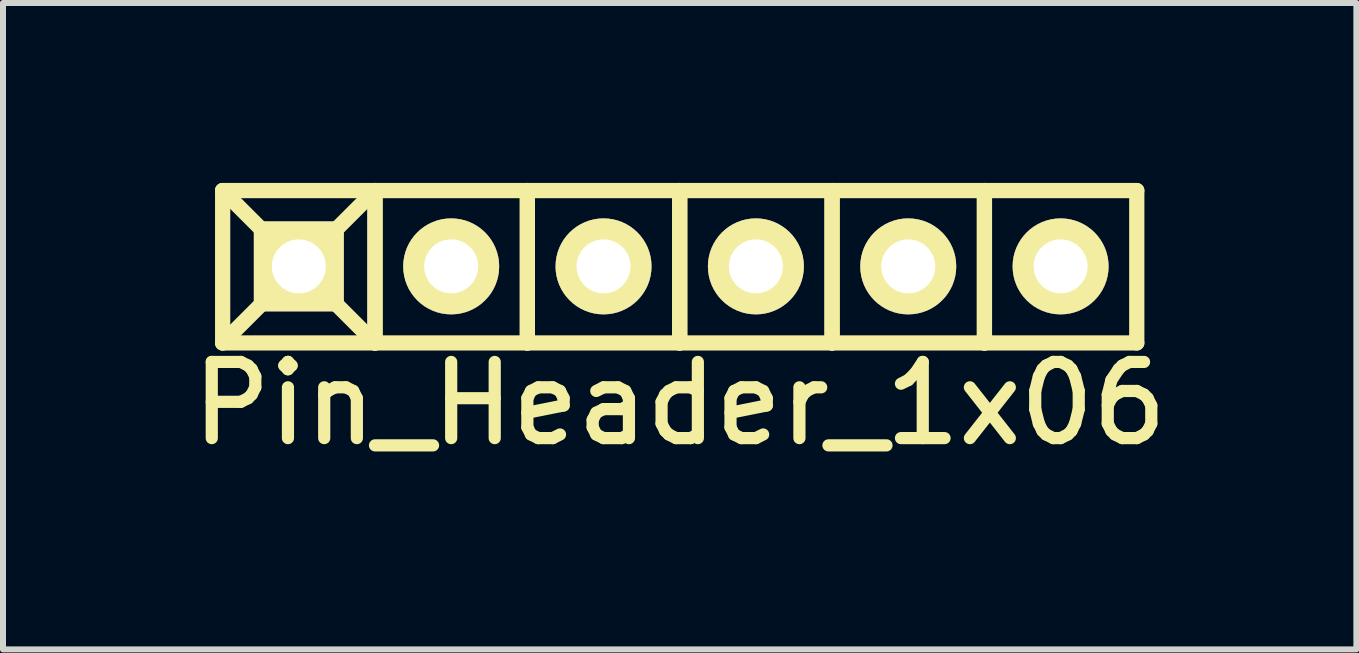
<source format=kicad_pcb>
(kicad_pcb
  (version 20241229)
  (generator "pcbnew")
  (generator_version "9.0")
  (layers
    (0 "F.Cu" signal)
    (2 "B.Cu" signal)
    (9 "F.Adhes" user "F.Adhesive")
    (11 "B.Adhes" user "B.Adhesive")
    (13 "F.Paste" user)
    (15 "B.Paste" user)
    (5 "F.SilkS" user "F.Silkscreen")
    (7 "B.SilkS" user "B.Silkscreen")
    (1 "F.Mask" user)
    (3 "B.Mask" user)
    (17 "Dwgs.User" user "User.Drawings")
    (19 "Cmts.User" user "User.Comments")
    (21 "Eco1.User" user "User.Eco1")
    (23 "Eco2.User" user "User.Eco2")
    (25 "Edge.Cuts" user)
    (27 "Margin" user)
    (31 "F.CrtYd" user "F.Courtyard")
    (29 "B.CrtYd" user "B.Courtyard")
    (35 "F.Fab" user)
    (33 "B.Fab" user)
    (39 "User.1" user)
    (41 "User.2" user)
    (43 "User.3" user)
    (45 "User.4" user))
  (footprint "Pin_Header_1x06"
    (layer "F.Cu")
    (at 8.282 1.391)
    (property "Reference" "Pin_Header_1x06" (at 0 2.286 0) (layer "F.SilkS") (effects (font (size 1.27 1.27) (thickness 0.203))))
    (attr through_hole)
    (fp_line (start -7.62 -1.264) (end -5.08 1.276) (stroke (width 0.254) (type solid)) (layer "F.SilkS"))
    (fp_line (start -7.62 1.276) (end -7.62 -1.264) (stroke (width 0.254) (type solid)) (layer "F.SilkS"))
    (fp_line (start -7.62 1.276) (end -5.08 1.276) (stroke (width 0.254) (type solid)) (layer "F.SilkS"))
    (fp_line (start -5.08 -1.264) (end -7.62 -1.264) (stroke (width 0.254) (type solid)) (layer "F.SilkS"))
    (fp_line (start -5.08 -1.264) (end -7.62 1.276) (stroke (width 0.254) (type solid)) (layer "F.SilkS"))
    (fp_line (start -5.08 1.276) (end -5.08 -1.264) (stroke (width 0.254) (type solid)) (layer "F.SilkS"))
    (fp_line (start -5.08 1.276) (end -5.08 -1.264) (stroke (width 0.254) (type solid)) (layer "F.SilkS"))
    (fp_line (start -5.08 1.276) (end -2.54 1.276) (stroke (width 0.254) (type solid)) (layer "F.SilkS"))
    (fp_line (start -2.54 -1.264) (end -5.08 -1.264) (stroke (width 0.254) (type solid)) (layer "F.SilkS"))
    (fp_line (start -2.54 1.276) (end -2.54 -1.264) (stroke (width 0.254) (type solid)) (layer "F.SilkS"))
    (fp_line (start -2.54 1.276) (end -2.54 -1.264) (stroke (width 0.254) (type solid)) (layer "F.SilkS"))
    (fp_line (start -2.54 1.276) (end 0 1.276) (stroke (width 0.254) (type solid)) (layer "F.SilkS"))
    (fp_line (start 0 -1.264) (end -2.54 -1.264) (stroke (width 0.254) (type solid)) (layer "F.SilkS"))
    (fp_line (start 0 1.276) (end 0 -1.264) (stroke (width 0.254) (type solid)) (layer "F.SilkS"))
    (fp_line (start 0 1.276) (end 0 -1.264) (stroke (width 0.254) (type solid)) (layer "F.SilkS"))
    (fp_line (start 0 1.276) (end 2.54 1.276) (stroke (width 0.254) (type solid)) (layer "F.SilkS"))
    (fp_line (start 2.54 -1.264) (end 0 -1.264) (stroke (width 0.254) (type solid)) (layer "F.SilkS"))
    (fp_line (start 2.54 1.276) (end 2.54 -1.264) (stroke (width 0.254) (type solid)) (layer "F.SilkS"))
    (fp_line (start 2.54 1.276) (end 2.54 -1.264) (stroke (width 0.254) (type solid)) (layer "F.SilkS"))
    (fp_line (start 2.54 1.276) (end 5.08 1.276) (stroke (width 0.254) (type solid)) (layer "F.SilkS"))
    (fp_line (start 5.08 -1.264) (end 2.54 -1.264) (stroke (width 0.254) (type solid)) (layer "F.SilkS"))
    (fp_line (start 5.08 1.276) (end 5.08 -1.264) (stroke (width 0.254) (type solid)) (layer "F.SilkS"))
    (fp_line (start 5.08 1.276) (end 5.08 -1.264) (stroke (width 0.254) (type solid)) (layer "F.SilkS"))
    (fp_line (start 5.08 1.276) (end 7.62 1.276) (stroke (width 0.254) (type solid)) (layer "F.SilkS"))
    (fp_line (start 7.62 -1.264) (end 5.08 -1.264) (stroke (width 0.254) (type solid)) (layer "F.SilkS"))
    (fp_line (start 7.62 1.276) (end 7.62 -1.264) (stroke (width 0.254) (type solid)) (layer "F.SilkS"))
    (pad "1" thru_hole rect (at -6.35 0) (size 1.5 1.5) (drill 0.9) (layers "*.Cu" "*.Mask" "F.SilkS"))
    (pad "2" thru_hole oval (at -3.81 0) (size 1.6 1.6) (drill 0.9) (layers "*.Cu" "*.Mask" "F.SilkS"))
    (pad "3" thru_hole oval (at -1.27 0) (size 1.6 1.6) (drill 0.9) (layers "*.Cu" "*.Mask" "F.SilkS"))
    (pad "4" thru_hole oval (at 1.27 0) (size 1.6 1.6) (drill 0.9) (layers "*.Cu" "*.Mask" "F.SilkS"))
    (pad "5" thru_hole oval (at 3.81 0) (size 1.6 1.6) (drill 0.9) (layers "*.Cu" "*.Mask" "F.SilkS"))
    (pad "6" thru_hole oval (at 6.35 0) (size 1.6 1.6) (drill 0.9) (layers "*.Cu" "*.Mask" "F.SilkS")))
  (gr_rect
    (start -3 -3)
    (end 19.563 7.777)
    (stroke (width 0.1) (type default))
    (fill no)
    (layer "Edge.Cuts")))
</source>
